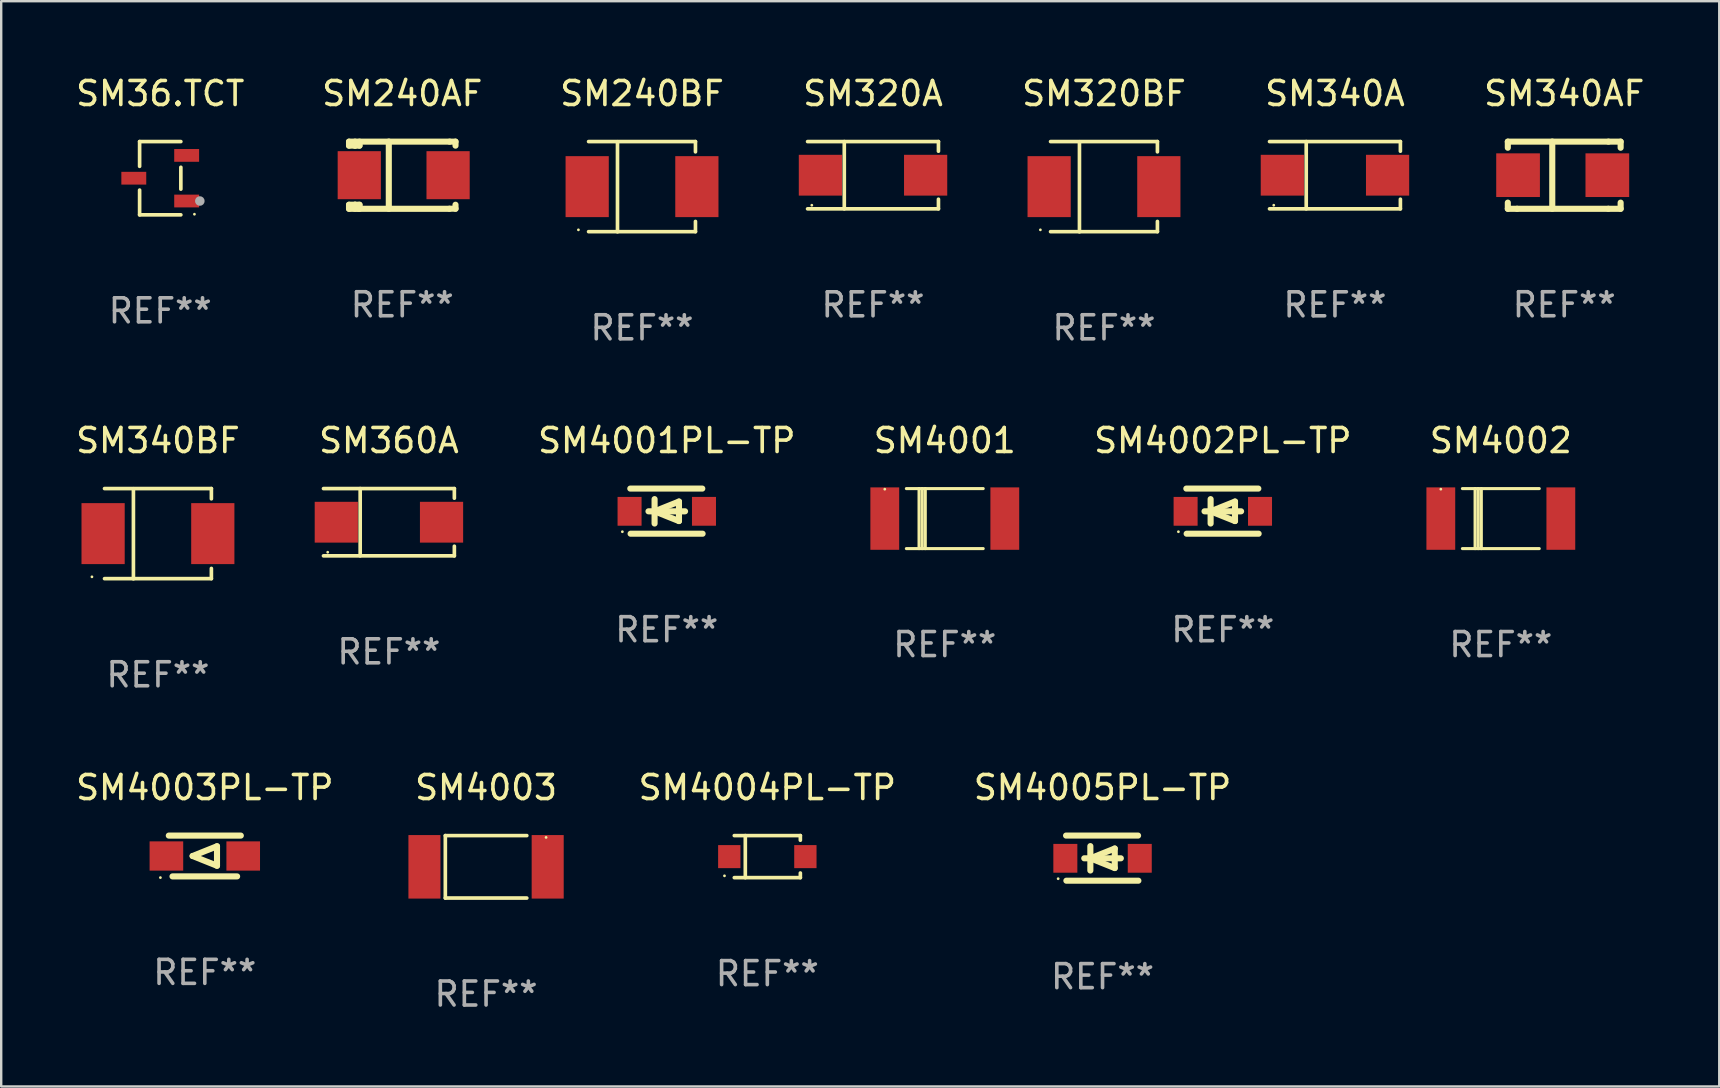
<source format=kicad_pcb>
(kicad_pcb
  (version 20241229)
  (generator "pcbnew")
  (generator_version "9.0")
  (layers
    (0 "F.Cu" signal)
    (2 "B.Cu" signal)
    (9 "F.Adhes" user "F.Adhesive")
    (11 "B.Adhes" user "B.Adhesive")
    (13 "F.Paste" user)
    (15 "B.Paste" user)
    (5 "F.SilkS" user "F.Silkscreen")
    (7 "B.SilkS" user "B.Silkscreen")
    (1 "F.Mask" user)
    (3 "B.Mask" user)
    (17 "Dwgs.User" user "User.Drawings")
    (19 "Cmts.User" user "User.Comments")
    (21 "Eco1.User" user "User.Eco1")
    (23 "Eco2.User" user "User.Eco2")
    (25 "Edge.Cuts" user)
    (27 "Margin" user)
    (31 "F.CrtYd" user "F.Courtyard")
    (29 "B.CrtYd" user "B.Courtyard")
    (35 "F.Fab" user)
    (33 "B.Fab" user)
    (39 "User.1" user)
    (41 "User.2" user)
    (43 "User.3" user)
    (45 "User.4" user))
  (footprint "SM360A"
    (layer "F.Cu")
    (at 13.152 18.705)
    (property "Reference" "SM360A" (at 0 -3.401 0) (layer "F.SilkS") (effects (font (size 1 1) (thickness 0.15))))
    (attr through_hole)
    (fp_line (start -2.726 -1.401) (end 2.726 -1.401) (stroke (width 0.152) (type solid)) (layer "F.SilkS"))
    (fp_line (start -2.726 1.401) (end 2.726 1.401) (stroke (width 0.152) (type solid)) (layer "F.SilkS"))
    (fp_line (start -1.197 -1.401) (end -1.197 1.401) (stroke (width 0.152) (type solid)) (layer "F.SilkS"))
    (fp_line (start 2.726 -1.401) (end 2.726 -1) (stroke (width 0.152) (type solid)) (layer "F.SilkS"))
    (fp_line (start 2.726 1.401) (end 2.726 1) (stroke (width 0.152) (type solid)) (layer "F.SilkS"))
    (fp_circle (center -2.55 1.25) (end -2.52 1.25) (stroke (width 0.06) (type solid)) (fill no) (layer "F.SilkS"))
    (fp_text user "REF**" (at 0 5.401 0) (layer "F.Fab") (effects (font (size 1 1) (thickness 0.15))))
    (pad "1" smd rect (at -2.192 0) (size 1.8 1.7) (layers "F.Cu" "F.Mask" "F.Paste"))
    (pad "2" smd rect (at 2.192 0) (size 1.8 1.7) (layers "F.Cu" "F.Mask" "F.Paste")))
  (footprint "SM240BF"
    (layer "F.Cu")
    (at 23.696 4.728)
    (property "Reference" "SM240BF" (at 0 -3.88 0) (layer "F.SilkS") (effects (font (size 1 1) (thickness 0.15))))
    (attr through_hole)
    (fp_line (start -2.226 -1.88) (end 2.226 -1.88) (stroke (width 0.152) (type solid)) (layer "F.SilkS"))
    (fp_line (start -2.226 1.873) (end 2.226 1.873) (stroke (width 0.152) (type solid)) (layer "F.SilkS"))
    (fp_line (start -1.022 -1.873) (end -1.022 1.88) (stroke (width 0.152) (type solid)) (layer "F.SilkS"))
    (fp_line (start 2.226 -1.88) (end 2.226 -1.453) (stroke (width 0.152) (type solid)) (layer "F.SilkS"))
    (fp_line (start 2.226 1.447) (end 2.226 1.873) (stroke (width 0.152) (type solid)) (layer "F.SilkS"))
    (fp_circle (center -2.65 1.797) (end -2.62 1.797) (stroke (width 0.06) (type solid)) (fill no) (layer "F.SilkS"))
    (fp_text user "REF**" (at 0 5.88 0) (layer "F.Fab") (effects (font (size 1 1) (thickness 0.15))))
    (pad "1" smd rect (at -2.285 -0.003) (size 1.8 2.54) (layers "F.Cu" "F.Mask" "F.Paste"))
    (pad "2" smd rect (at 2.285 -0.003) (size 1.8 2.54) (layers "F.Cu" "F.Mask" "F.Paste")))
  (footprint "SM340BF"
    (layer "F.Cu")
    (at 3.53 19.183)
    (property "Reference" "SM340BF" (at 0 -3.88 0) (layer "F.SilkS") (effects (font (size 1 1) (thickness 0.15))))
    (attr through_hole)
    (fp_line (start -2.226 -1.88) (end 2.226 -1.88) (stroke (width 0.152) (type solid)) (layer "F.SilkS"))
    (fp_line (start -2.226 1.873) (end 2.226 1.873) (stroke (width 0.152) (type solid)) (layer "F.SilkS"))
    (fp_line (start -1.022 -1.873) (end -1.022 1.88) (stroke (width 0.152) (type solid)) (layer "F.SilkS"))
    (fp_line (start 2.226 -1.88) (end 2.226 -1.453) (stroke (width 0.152) (type solid)) (layer "F.SilkS"))
    (fp_line (start 2.226 1.447) (end 2.226 1.873) (stroke (width 0.152) (type solid)) (layer "F.SilkS"))
    (fp_circle (center -2.75 1.797) (end -2.72 1.797) (stroke (width 0.06) (type solid)) (fill no) (layer "F.SilkS"))
    (fp_text user "REF**" (at 0 5.88 0) (layer "F.Fab") (effects (font (size 1 1) (thickness 0.15))))
    (pad "1" smd rect (at -2.285 -0.003) (size 1.8 2.54) (layers "F.Cu" "F.Mask" "F.Paste"))
    (pad "2" smd rect (at 2.285 -0.003) (size 1.8 2.54) (layers "F.Cu" "F.Mask" "F.Paste")))
  (footprint "SM340AF"
    (layer "F.Cu")
    (at 62.114 4.248)
    (property "Reference" "SM340AF" (at 0 -3.4 0) (layer "F.SilkS") (effects (font (size 1 1) (thickness 0.15))))
    (attr through_hole)
    (fp_line (start -2.35 -1.397) (end -2.35 -1.143) (stroke (width 0.254) (type solid)) (layer "F.SilkS"))
    (fp_line (start -2.35 1.4) (end -2.35 1.143) (stroke (width 0.254) (type solid)) (layer "F.SilkS"))
    (fp_line (start -1.964 1.4) (end -2.35 1.4) (stroke (width 0.254) (type solid)) (layer "F.SilkS"))
    (fp_line (start -1.964 1.4) (end 1.837 1.4) (stroke (width 0.254) (type solid)) (layer "F.SilkS"))
    (fp_line (start -0.498 -1.4) (end -0.498 1.4) (stroke (width 0.254) (type solid)) (layer "F.SilkS"))
    (fp_line (start 1.837 1.4) (end 2.35 1.4) (stroke (width 0.254) (type solid)) (layer "F.SilkS"))
    (fp_line (start 1.842 -1.397) (end -2.35 -1.397) (stroke (width 0.254) (type solid)) (layer "F.SilkS"))
    (fp_line (start 1.842 -1.397) (end 2.35 -1.397) (stroke (width 0.254) (type solid)) (layer "F.SilkS"))
    (fp_line (start 2.35 -1.397) (end 2.35 -1.143) (stroke (width 0.254) (type solid)) (layer "F.SilkS"))
    (fp_line (start 2.35 1.4) (end 2.35 1.143) (stroke (width 0.254) (type solid)) (layer "F.SilkS"))
    (fp_circle (center -2.355 1.25) (end -2.325 1.25) (stroke (width 0.06) (type solid)) (fill no) (layer "F.SilkS"))
    (fp_text user "REF**" (at 0 5.4 0) (layer "F.Fab") (effects (font (size 1 1) (thickness 0.15))))
    (pad "1" smd rect (at -1.923 -0.000076) (size 1.82 1.82) (layers "F.Cu" "F.Mask" "F.Paste"))
    (pad "2" smd rect (at 1.796 -0.000076) (size 1.82 1.82) (layers "F.Cu" "F.Mask" "F.Paste")))
  (footprint "SM4001"
    (layer "F.Cu")
    (at 36.309 18.554)
    (property "Reference" "SM4001" (at 0 -3.25 0) (layer "F.SilkS") (effects (font (size 1 1) (thickness 0.15))))
    (attr through_hole)
    (fp_line (start -1.6 -1.25) (end 1.6 -1.25) (stroke (width 0.129) (type solid)) (layer "F.SilkS"))
    (fp_line (start -1.6 1.25) (end 1.6 1.25) (stroke (width 0.129) (type solid)) (layer "F.SilkS"))
    (fp_line (start -1.072 -1.25) (end -1.072 1.25) (stroke (width 0.129) (type solid)) (layer "F.SilkS"))
    (fp_line (start -0.942 -1.25) (end -0.942 1.25) (stroke (width 0.129) (type solid)) (layer "F.SilkS"))
    (fp_line (start -0.813 -1.25) (end -0.813 1.25) (stroke (width 0.129) (type solid)) (layer "F.SilkS"))
    (fp_circle (center -2.5 -1.225) (end -2.47 -1.225) (stroke (width 0.06) (type solid)) (fill no) (layer "F.SilkS"))
    (fp_text user "REF**" (at 0 5.25 0) (layer "F.Fab") (effects (font (size 1 1) (thickness 0.15))))
    (pad "1" smd rect (at -2.5 0 180) (size 1.2 2.6) (layers "F.Cu" "F.Mask" "F.Paste"))
    (pad "2" smd rect (at 2.5 0 180) (size 1.2 2.6) (layers "F.Cu" "F.Mask" "F.Paste")))
  (footprint "SM4002PL-TP"
    (layer "F.Cu")
    (at 47.891 18.244)
    (property "Reference" "SM4002PL-TP" (at 0 -2.94 0) (layer "F.SilkS") (effects (font (size 1 1) (thickness 0.15))))
    (attr through_hole)
    (fp_line (start -1.52 -0.94) (end 1.48 -0.94) (stroke (width 0.254) (type solid)) (layer "F.SilkS"))
    (fp_line (start -1.507 0.94) (end 1.493 0.94) (stroke (width 0.254) (type solid)) (layer "F.SilkS"))
    (fp_line (start -0.762 0.007) (end 0.762 0.007) (stroke (width 0.254) (type solid)) (layer "F.SilkS"))
    (fp_line (start -0.508 -0.501) (end -0.508 0.515) (stroke (width 0.254) (type solid)) (layer "F.SilkS"))
    (fp_line (start -0.508 0.007) (end 0.508 -0.4) (stroke (width 0.254) (type solid)) (layer "F.SilkS"))
    (fp_line (start 0.508 -0.4) (end 0.508 0.413) (stroke (width 0.254) (type solid)) (layer "F.SilkS"))
    (fp_line (start 0.508 0.413) (end -0.508 0.007) (stroke (width 0.254) (type solid)) (layer "F.SilkS"))
    (fp_circle (center -1.85 0.857) (end -1.82 0.857) (stroke (width 0.06) (type solid)) (fill no) (layer "F.SilkS"))
    (fp_text user "REF**" (at 0 4.94 0) (layer "F.Fab") (effects (font (size 1 1) (thickness 0.15))))
    (pad "1" smd rect (at -1.55 0.007) (size 1 1.2) (layers "F.Cu" "F.Mask" "F.Paste"))
    (pad "2" smd rect (at 1.55 0.007) (size 1 1.2) (layers "F.Cu" "F.Mask" "F.Paste")))
  (footprint "SM240AF"
    (layer "F.Cu")
    (at 13.708 4.248)
    (property "Reference" "SM240AF" (at 0 -3.4 0) (layer "F.SilkS") (effects (font (size 1 1) (thickness 0.15))))
    (attr through_hole)
    (fp_line (start -2.218 -1.231) (end -2.218 -1.397) (stroke (width 0.254) (type solid)) (layer "F.SilkS"))
    (fp_line (start -2.218 1.4) (end -2.218 1.231) (stroke (width 0.254) (type solid)) (layer "F.SilkS"))
    (fp_line (start -1.968 -1.397) (end -1.968 -1.231) (stroke (width 0.254) (type solid)) (layer "F.SilkS"))
    (fp_line (start -1.968 -1.231) (end -2.218 -1.231) (stroke (width 0.254) (type solid)) (layer "F.SilkS"))
    (fp_line (start -1.968 1.231) (end -2.218 1.231) (stroke (width 0.254) (type solid)) (layer "F.SilkS"))
    (fp_line (start -1.968 1.231) (end -1.968 1.4) (stroke (width 0.254) (type solid)) (layer "F.SilkS"))
    (fp_line (start -1.832 1.4) (end -2.218 1.4) (stroke (width 0.254) (type solid)) (layer "F.SilkS"))
    (fp_line (start -1.832 1.4) (end 1.968 1.4) (stroke (width 0.254) (type solid)) (layer "F.SilkS"))
    (fp_line (start -1.782 -1.397) (end -1.782 -1.231) (stroke (width 0.254) (type solid)) (layer "F.SilkS"))
    (fp_line (start -1.782 -1.231) (end -1.968 -1.231) (stroke (width 0.254) (type solid)) (layer "F.SilkS"))
    (fp_line (start -1.782 1.231) (end -1.968 1.231) (stroke (width 0.254) (type solid)) (layer "F.SilkS"))
    (fp_line (start -1.782 1.231) (end -1.782 1.4) (stroke (width 0.254) (type solid)) (layer "F.SilkS"))
    (fp_line (start -0.561 -1.4) (end -0.561 1.4) (stroke (width 0.254) (type solid)) (layer "F.SilkS"))
    (fp_line (start 1.973 -1.397) (end -2.218 -1.397) (stroke (width 0.254) (type solid)) (layer "F.SilkS"))
    (fp_line (start 1.973 -1.397) (end 2.218 -1.397) (stroke (width 0.254) (type solid)) (layer "F.SilkS"))
    (fp_line (start 2.218 -1.397) (end 2.218 -1.231) (stroke (width 0.254) (type solid)) (layer "F.SilkS"))
    (fp_line (start 2.218 1.231) (end 2.218 1.397) (stroke (width 0.254) (type solid)) (layer "F.SilkS"))
    (fp_line (start 2.218 1.397) (end 1.968 1.397) (stroke (width 0.254) (type solid)) (layer "F.SilkS"))
    (fp_circle (center -2.242 1.3) (end -2.212 1.3) (stroke (width 0.06) (type solid)) (fill no) (layer "F.SilkS"))
    (fp_text user "REF**" (at 0 5.4 0) (layer "F.Fab") (effects (font (size 1 1) (thickness 0.15))))
    (pad "1" smd rect (at -1.791 0.000025 180) (size 1.8 2) (layers "F.Cu" "F.Mask" "F.Paste"))
    (pad "2" smd rect (at 1.909 0.000025 180) (size 1.8 2) (layers "F.Cu" "F.Mask" "F.Paste")))
  (footprint "SM4005PL-TP"
    (layer "F.Cu")
    (at 42.881 32.699)
    (property "Reference" "SM4005PL-TP" (at 0 -2.94 0) (layer "F.SilkS") (effects (font (size 1 1) (thickness 0.15))))
    (attr through_hole)
    (fp_line (start -1.52 -0.94) (end 1.48 -0.94) (stroke (width 0.254) (type solid)) (layer "F.SilkS"))
    (fp_line (start -1.507 0.94) (end 1.493 0.94) (stroke (width 0.254) (type solid)) (layer "F.SilkS"))
    (fp_line (start -0.762 0.007) (end 0.762 0.007) (stroke (width 0.254) (type solid)) (layer "F.SilkS"))
    (fp_line (start -0.508 -0.501) (end -0.508 0.515) (stroke (width 0.254) (type solid)) (layer "F.SilkS"))
    (fp_line (start -0.508 0.007) (end 0.508 -0.4) (stroke (width 0.254) (type solid)) (layer "F.SilkS"))
    (fp_line (start 0.508 -0.4) (end 0.508 0.413) (stroke (width 0.254) (type solid)) (layer "F.SilkS"))
    (fp_line (start 0.508 0.413) (end -0.508 0.007) (stroke (width 0.254) (type solid)) (layer "F.SilkS"))
    (fp_circle (center -1.85 0.857) (end -1.82 0.857) (stroke (width 0.06) (type solid)) (fill no) (layer "F.SilkS"))
    (fp_text user "REF**" (at 0 4.94 0) (layer "F.Fab") (effects (font (size 1 1) (thickness 0.15))))
    (pad "1" smd rect (at -1.55 0.007) (size 1 1.2) (layers "F.Cu" "F.Mask" "F.Paste"))
    (pad "2" smd rect (at 1.55 0.007) (size 1 1.2) (layers "F.Cu" "F.Mask" "F.Paste")))
  (footprint "SM320BF"
    (layer "F.Cu")
    (at 42.941 4.728)
    (property "Reference" "SM320BF" (at 0 -3.88 0) (layer "F.SilkS") (effects (font (size 1 1) (thickness 0.15))))
    (attr through_hole)
    (fp_line (start -2.226 -1.88) (end 2.226 -1.88) (stroke (width 0.152) (type solid)) (layer "F.SilkS"))
    (fp_line (start -2.226 1.873) (end 2.226 1.873) (stroke (width 0.152) (type solid)) (layer "F.SilkS"))
    (fp_line (start -1.022 -1.873) (end -1.022 1.88) (stroke (width 0.152) (type solid)) (layer "F.SilkS"))
    (fp_line (start 2.226 -1.88) (end 2.226 -1.453) (stroke (width 0.152) (type solid)) (layer "F.SilkS"))
    (fp_line (start 2.226 1.447) (end 2.226 1.873) (stroke (width 0.152) (type solid)) (layer "F.SilkS"))
    (fp_circle (center -2.65 1.797) (end -2.62 1.797) (stroke (width 0.06) (type solid)) (fill no) (layer "F.SilkS"))
    (fp_text user "REF**" (at 0 5.88 0) (layer "F.Fab") (effects (font (size 1 1) (thickness 0.15))))
    (pad "1" smd rect (at -2.285 -0.003) (size 1.8 2.54) (layers "F.Cu" "F.Mask" "F.Paste"))
    (pad "2" smd rect (at 2.285 -0.003) (size 1.8 2.54) (layers "F.Cu" "F.Mask" "F.Paste")))
  (footprint "SM4003PL-TP"
    (layer "F.Cu")
    (at 5.482 32.61)
    (property "Reference" "SM4003PL-TP" (at 0 -2.85 0) (layer "F.SilkS") (effects (font (size 1 1) (thickness 0.15))))
    (attr through_hole)
    (fp_line (start -1.346 0.85) (end 1.346 0.85) (stroke (width 0.254) (type solid)) (layer "F.SilkS"))
    (fp_line (start -0.508 0) (end 0.508 -0.406) (stroke (width 0.254) (type solid)) (layer "F.SilkS"))
    (fp_line (start 0.508 -0.406) (end 0.508 0.406) (stroke (width 0.254) (type solid)) (layer "F.SilkS"))
    (fp_line (start 0.508 0.406) (end -0.508 0) (stroke (width 0.254) (type solid)) (layer "F.SilkS"))
    (fp_line (start 1.5 -0.85) (end -1.5 -0.85) (stroke (width 0.254) (type solid)) (layer "F.SilkS"))
    (fp_circle (center -1.85 0.9) (end -1.82 0.9) (stroke (width 0.06) (type solid)) (fill no) (layer "F.SilkS"))
    (fp_text user "REF**" (at 0 4.85 0) (layer "F.Fab") (effects (font (size 1 1) (thickness 0.15))))
    (pad "1" smd rect (at -1.6 0) (size 1.4 1.219) (layers "F.Cu" "F.Mask" "F.Paste"))
    (pad "2" smd rect (at 1.6 0) (size 1.4 1.219) (layers "F.Cu" "F.Mask" "F.Paste")))
  (footprint "SM4003"
    (layer "F.Cu")
    (at 17.199 33.061)
    (property "Reference" "SM4003" (at 0 -3.301 0) (layer "F.SilkS") (effects (font (size 1 1) (thickness 0.15))))
    (attr through_hole)
    (fp_line (start -1.697 -1.301) (end -1.697 1.301) (stroke (width 0.152) (type solid)) (layer "F.SilkS"))
    (fp_line (start -1.697 -1.301) (end 1.697 -1.301) (stroke (width 0.152) (type solid)) (layer "F.SilkS"))
    (fp_line (start -1.697 1.301) (end 1.697 1.301) (stroke (width 0.152) (type solid)) (layer "F.SilkS"))
    (fp_circle (center 2.5 -1.225) (end 2.53 -1.225) (stroke (width 0.06) (type solid)) (fill no) (layer "F.SilkS"))
    (fp_text user "REF**" (at 0 5.301 0) (layer "F.Fab") (effects (font (size 1 1) (thickness 0.15))))
    (pad "1" smd rect (at 2.567 0) (size 1.335 2.646) (layers "F.Cu" "F.Mask" "F.Paste"))
    (pad "2" smd rect (at -2.567 0) (size 1.335 2.646) (layers "F.Cu" "F.Mask" "F.Paste")))
  (footprint "SM320A"
    (layer "F.Cu")
    (at 33.319 4.249)
    (property "Reference" "SM320A" (at 0 -3.401 0) (layer "F.SilkS") (effects (font (size 1 1) (thickness 0.15))))
    (attr through_hole)
    (fp_line (start -2.726 -1.401) (end 2.726 -1.401) (stroke (width 0.152) (type solid)) (layer "F.SilkS"))
    (fp_line (start -2.726 1.401) (end 2.726 1.401) (stroke (width 0.152) (type solid)) (layer "F.SilkS"))
    (fp_line (start -1.197 -1.401) (end -1.197 1.401) (stroke (width 0.152) (type solid)) (layer "F.SilkS"))
    (fp_line (start 2.726 -1.401) (end 2.726 -1) (stroke (width 0.152) (type solid)) (layer "F.SilkS"))
    (fp_line (start 2.726 1.401) (end 2.726 1) (stroke (width 0.152) (type solid)) (layer "F.SilkS"))
    (fp_circle (center -2.55 1.25) (end -2.52 1.25) (stroke (width 0.06) (type solid)) (fill no) (layer "F.SilkS"))
    (fp_text user "REF**" (at 0 5.401 0) (layer "F.Fab") (effects (font (size 1 1) (thickness 0.15))))
    (pad "1" smd rect (at -2.192 0) (size 1.8 1.7) (layers "F.Cu" "F.Mask" "F.Paste"))
    (pad "2" smd rect (at 2.192 0) (size 1.8 1.7) (layers "F.Cu" "F.Mask" "F.Paste")))
  (footprint "SM4004PL-TP"
    (layer "F.Cu")
    (at 28.916 32.636)
    (property "Reference" "SM4004PL-TP" (at 0 -2.876 0) (layer "F.SilkS") (effects (font (size 1 1) (thickness 0.15))))
    (attr through_hole)
    (fp_line (start -1.376 -0.876) (end 1.376 -0.876) (stroke (width 0.152) (type solid)) (layer "F.SilkS"))
    (fp_line (start -1.376 0.876) (end 1.376 0.876) (stroke (width 0.152) (type solid)) (layer "F.SilkS"))
    (fp_line (start -0.917 -0.876) (end -0.917 0.876) (stroke (width 0.152) (type solid)) (layer "F.SilkS"))
    (fp_line (start 1.376 -0.876) (end 1.376 -0.683) (stroke (width 0.152) (type solid)) (layer "F.SilkS"))
    (fp_line (start 1.376 0.876) (end 1.376 0.683) (stroke (width 0.152) (type solid)) (layer "F.SilkS"))
    (fp_circle (center -1.785 0.8) (end -1.755 0.8) (stroke (width 0.06) (type solid)) (fill no) (layer "F.SilkS"))
    (fp_text user "REF**" (at 0 4.876 0) (layer "F.Fab") (effects (font (size 1 1) (thickness 0.15))))
    (pad "1" smd rect (at -1.585 0 180) (size 0.93 0.96) (layers "F.Cu" "F.Mask" "F.Paste"))
    (pad "2" smd rect (at 1.585 0 180) (size 0.93 0.96) (layers "F.Cu" "F.Mask" "F.Paste")))
  (footprint "SM36.TCT"
    (layer "F.Cu")
    (at 3.625 4.374)
    (property "Reference" "SM36.TCT" (at 0 -3.526 0) (layer "F.SilkS") (effects (font (size 1 1) (thickness 0.15))))
    (attr through_hole)
    (fp_line (start -0.859 -1.526) (end -0.859 -0.495) (stroke (width 0.152) (type solid)) (layer "F.SilkS"))
    (fp_line (start -0.859 1.526) (end -0.859 0.495) (stroke (width 0.152) (type solid)) (layer "F.SilkS"))
    (fp_line (start 0.859 -1.526) (end -0.859 -1.526) (stroke (width 0.152) (type solid)) (layer "F.SilkS"))
    (fp_line (start 0.859 -0.455) (end 0.859 0.455) (stroke (width 0.152) (type solid)) (layer "F.SilkS"))
    (fp_line (start 0.859 1.526) (end -0.859 1.526) (stroke (width 0.152) (type solid)) (layer "F.SilkS"))
    (fp_circle (center 1.425 1.5) (end 1.455 1.5) (stroke (width 0.06) (type solid)) (fill no) (layer "F.SilkS"))
    (fp_circle (center 1.65 0.95) (end 1.75 0.95) (stroke (width 0.2) (type solid)) (fill no) (layer "F.Fab"))
    (fp_text user "REF**" (at 0 5.526 0) (layer "F.Fab") (effects (font (size 1 1) (thickness 0.15))))
    (pad "1" smd rect (at 1.101 0.95) (size 1.037 0.532) (layers "F.Cu" "F.Mask" "F.Paste"))
    (pad "2" smd rect (at 1.101 -0.95) (size 1.037 0.532) (layers "F.Cu" "F.Mask" "F.Paste"))
    (pad "3" smd rect (at -1.101 0) (size 1.037 0.532) (layers "F.Cu" "F.Mask" "F.Paste")))
  (footprint "SM4002"
    (layer "F.Cu")
    (at 59.473 18.554)
    (property "Reference" "SM4002" (at 0 -3.25 0) (layer "F.SilkS") (effects (font (size 1 1) (thickness 0.15))))
    (attr through_hole)
    (fp_line (start -1.6 -1.25) (end 1.6 -1.25) (stroke (width 0.129) (type solid)) (layer "F.SilkS"))
    (fp_line (start -1.6 1.25) (end 1.6 1.25) (stroke (width 0.129) (type solid)) (layer "F.SilkS"))
    (fp_line (start -1.072 -1.25) (end -1.072 1.25) (stroke (width 0.129) (type solid)) (layer "F.SilkS"))
    (fp_line (start -0.942 -1.25) (end -0.942 1.25) (stroke (width 0.129) (type solid)) (layer "F.SilkS"))
    (fp_line (start -0.813 -1.25) (end -0.813 1.25) (stroke (width 0.129) (type solid)) (layer "F.SilkS"))
    (fp_circle (center -2.5 -1.225) (end -2.47 -1.225) (stroke (width 0.06) (type solid)) (fill no) (layer "F.SilkS"))
    (fp_text user "REF**" (at 0 5.25 0) (layer "F.Fab") (effects (font (size 1 1) (thickness 0.15))))
    (pad "1" smd rect (at -2.5 0 180) (size 1.2 2.6) (layers "F.Cu" "F.Mask" "F.Paste"))
    (pad "2" smd rect (at 2.5 0 180) (size 1.2 2.6) (layers "F.Cu" "F.Mask" "F.Paste")))
  (footprint "SM4001PL-TP"
    (layer "F.Cu")
    (at 24.727 18.244)
    (property "Reference" "SM4001PL-TP" (at 0 -2.94 0) (layer "F.SilkS") (effects (font (size 1 1) (thickness 0.15))))
    (attr through_hole)
    (fp_line (start -1.52 -0.94) (end 1.48 -0.94) (stroke (width 0.254) (type solid)) (layer "F.SilkS"))
    (fp_line (start -1.507 0.94) (end 1.493 0.94) (stroke (width 0.254) (type solid)) (layer "F.SilkS"))
    (fp_line (start -0.762 0.007) (end 0.762 0.007) (stroke (width 0.254) (type solid)) (layer "F.SilkS"))
    (fp_line (start -0.508 -0.501) (end -0.508 0.515) (stroke (width 0.254) (type solid)) (layer "F.SilkS"))
    (fp_line (start -0.508 0.007) (end 0.508 -0.4) (stroke (width 0.254) (type solid)) (layer "F.SilkS"))
    (fp_line (start 0.508 -0.4) (end 0.508 0.413) (stroke (width 0.254) (type solid)) (layer "F.SilkS"))
    (fp_line (start 0.508 0.413) (end -0.508 0.007) (stroke (width 0.254) (type solid)) (layer "F.SilkS"))
    (fp_circle (center -1.85 0.857) (end -1.82 0.857) (stroke (width 0.06) (type solid)) (fill no) (layer "F.SilkS"))
    (fp_text user "REF**" (at 0 4.94 0) (layer "F.Fab") (effects (font (size 1 1) (thickness 0.15))))
    (pad "1" smd rect (at -1.55 0.007) (size 1 1.2) (layers "F.Cu" "F.Mask" "F.Paste"))
    (pad "2" smd rect (at 1.55 0.007) (size 1 1.2) (layers "F.Cu" "F.Mask" "F.Paste")))
  (footprint "SM340A"
    (layer "F.Cu")
    (at 52.563 4.249)
    (property "Reference" "SM340A" (at 0 -3.401 0) (layer "F.SilkS") (effects (font (size 1 1) (thickness 0.15))))
    (attr through_hole)
    (fp_line (start -2.726 -1.401) (end 2.726 -1.401) (stroke (width 0.152) (type solid)) (layer "F.SilkS"))
    (fp_line (start -2.726 1.401) (end 2.726 1.401) (stroke (width 0.152) (type solid)) (layer "F.SilkS"))
    (fp_line (start -1.197 -1.401) (end -1.197 1.401) (stroke (width 0.152) (type solid)) (layer "F.SilkS"))
    (fp_line (start 2.726 -1.401) (end 2.726 -1) (stroke (width 0.152) (type solid)) (layer "F.SilkS"))
    (fp_line (start 2.726 1.401) (end 2.726 1) (stroke (width 0.152) (type solid)) (layer "F.SilkS"))
    (fp_circle (center -2.55 1.25) (end -2.52 1.25) (stroke (width 0.06) (type solid)) (fill no) (layer "F.SilkS"))
    (fp_text user "REF**" (at 0 5.401 0) (layer "F.Fab") (effects (font (size 1 1) (thickness 0.15))))
    (pad "1" smd rect (at -2.192 0) (size 1.8 1.7) (layers "F.Cu" "F.Mask" "F.Paste"))
    (pad "2" smd rect (at 2.192 0) (size 1.8 1.7) (layers "F.Cu" "F.Mask" "F.Paste")))
  (gr_rect
    (start -3 -3)
    (end 68.572 42.21)
    (stroke (width 0.1) (type default))
    (fill no)
    (layer "Edge.Cuts")))
</source>
